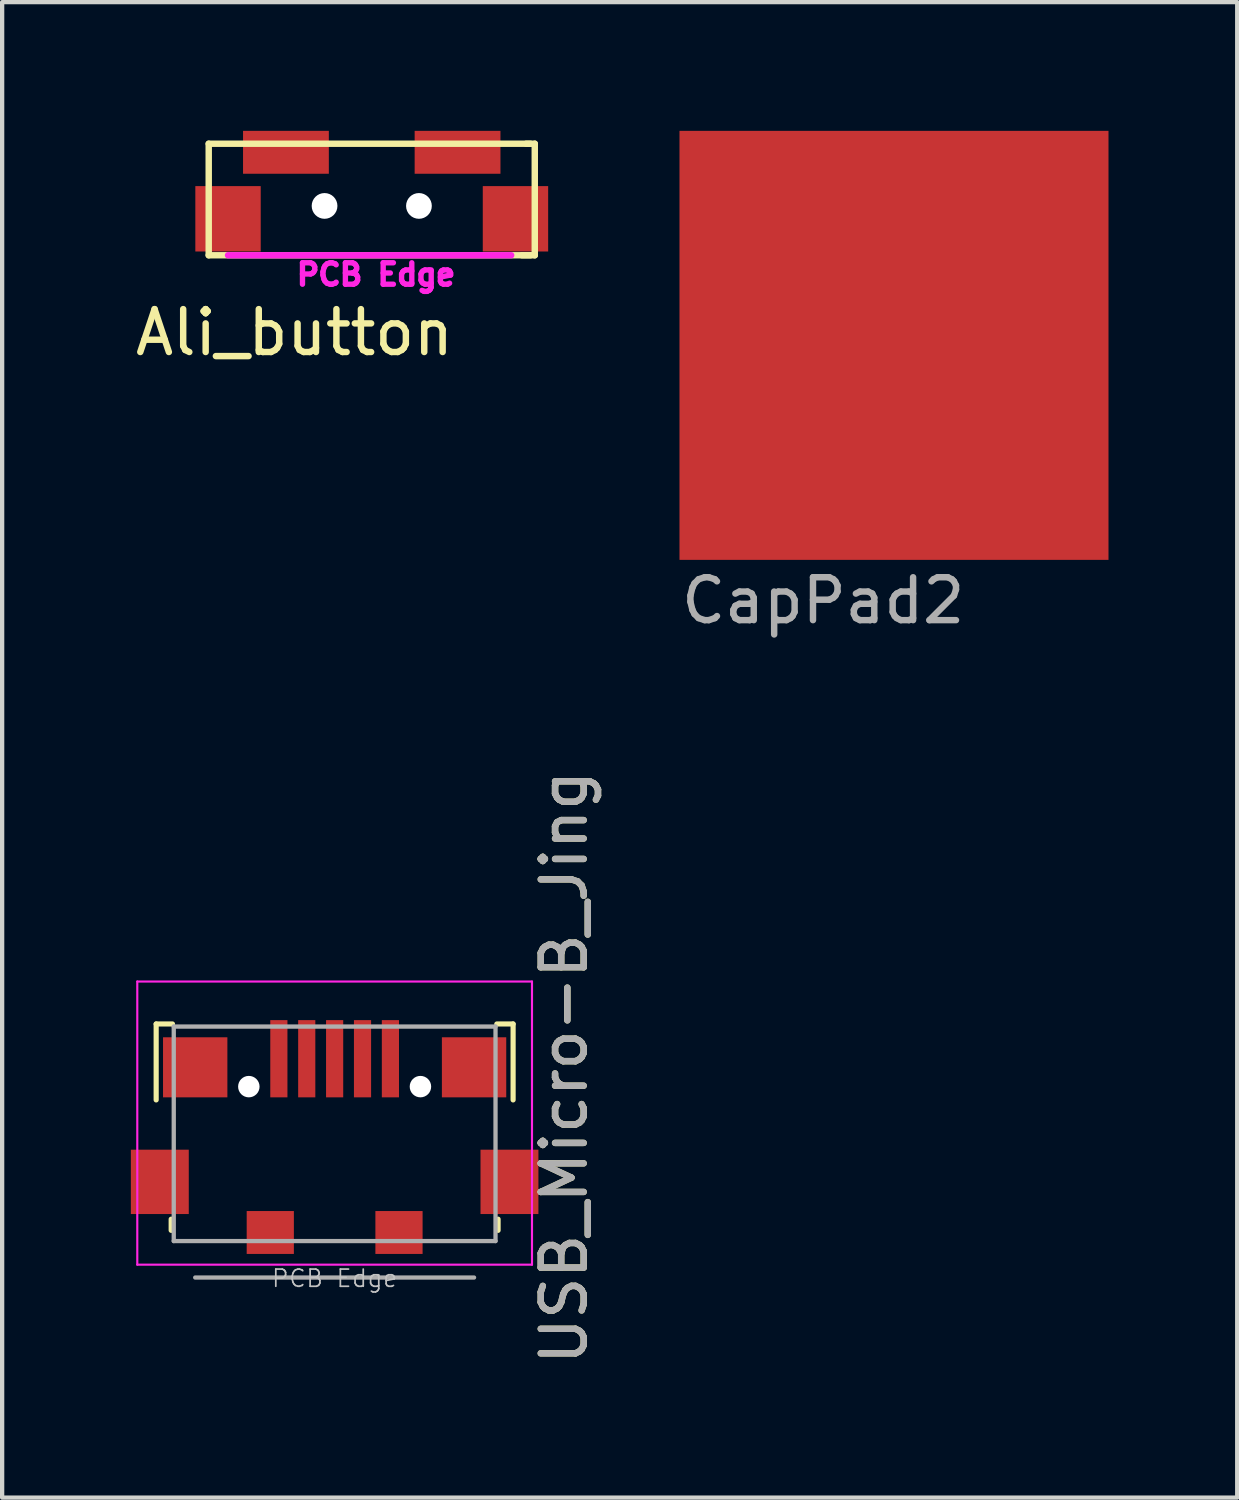
<source format=kicad_pcb>
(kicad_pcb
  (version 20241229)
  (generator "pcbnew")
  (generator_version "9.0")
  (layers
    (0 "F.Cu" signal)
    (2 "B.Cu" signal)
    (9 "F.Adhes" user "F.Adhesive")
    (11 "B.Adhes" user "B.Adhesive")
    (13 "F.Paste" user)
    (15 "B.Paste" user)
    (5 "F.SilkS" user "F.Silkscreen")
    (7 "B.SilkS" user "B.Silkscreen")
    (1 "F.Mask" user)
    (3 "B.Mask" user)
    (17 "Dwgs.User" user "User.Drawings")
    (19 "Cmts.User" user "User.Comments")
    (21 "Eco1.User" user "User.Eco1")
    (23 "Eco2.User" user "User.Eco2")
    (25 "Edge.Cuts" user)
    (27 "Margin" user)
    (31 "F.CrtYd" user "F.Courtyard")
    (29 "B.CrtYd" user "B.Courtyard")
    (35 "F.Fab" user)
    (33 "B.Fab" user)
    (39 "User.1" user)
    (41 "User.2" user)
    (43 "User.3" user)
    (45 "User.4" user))
  (footprint "CapPad2"
    (layer "F.Cu")
    (at 17.788 5)
    (property "Reference" "CapPad2" (at -1.65 5.95 0) (layer "F.Fab") (effects (font (size 1 1) (thickness 0.15))))
    (attr through_hole)
    (pad "1" smd rect (at 0 0) (size 10 10) (layers "F.Cu" "F.Mask" "F.Paste")))
  (footprint "USB_Micro-B_Jing"
    (layer "F.Cu")
    (at 4.75 23.728)
    (property "Reference" "USB_Micro-B_Jing" (at 5.35 -1.9 270) (layer "F.SilkS") (effects (font (size 1 1) (thickness 0.15))))
    (attr smd)
    (fp_line (start -4.16 -2.91) (end -3.78 -2.91) (stroke (width 0.12) (type solid)) (layer "F.SilkS"))
    (fp_line (start -4.16 -1.14) (end -4.16 -2.91) (stroke (width 0.12) (type solid)) (layer "F.SilkS"))
    (fp_line (start -3.81 1.9) (end -3.81 1.64) (stroke (width 0.12) (type solid)) (layer "F.SilkS"))
    (fp_line (start 3.81 1.64) (end 3.81 1.9) (stroke (width 0.12) (type solid)) (layer "F.SilkS"))
    (fp_line (start 4.16 -2.91) (end 3.78 -2.91) (stroke (width 0.12) (type solid)) (layer "F.SilkS"))
    (fp_line (start 4.16 -2.91) (end 4.16 -1.14) (stroke (width 0.12) (type solid)) (layer "F.SilkS"))
    (fp_line (start -4.6 -3.9) (end 4.6 -3.9) (stroke (width 0.05) (type solid)) (layer "F.CrtYd"))
    (fp_line (start -4.6 2.7) (end -4.6 -3.9) (stroke (width 0.05) (type solid)) (layer "F.CrtYd"))
    (fp_line (start 4.6 -3.9) (end 4.6 2.7) (stroke (width 0.05) (type solid)) (layer "F.CrtYd"))
    (fp_line (start 4.6 2.7) (end -4.6 2.7) (stroke (width 0.05) (type solid)) (layer "F.CrtYd"))
    (fp_line (start -3.75 -2.85) (end 3.75 -2.85) (stroke (width 0.1) (type solid)) (layer "F.Fab"))
    (fp_line (start -3.75 2.15) (end -3.75 -2.85) (stroke (width 0.1) (type solid)) (layer "F.Fab"))
    (fp_line (start -3.25 3) (end 3.25 3) (stroke (width 0.1) (type solid)) (layer "F.Fab"))
    (fp_line (start 3.75 -2.85) (end 3.75 2.15) (stroke (width 0.1) (type solid)) (layer "F.Fab"))
    (fp_line (start 3.75 2.15) (end -3.75 2.15) (stroke (width 0.1) (type solid)) (layer "F.Fab"))
    (fp_text user "PCB Edge" (at 0 3.02 180) (layer "Dwgs.User") (effects (font (size 0.4 0.4) (thickness 0.04))))
    (fp_text user "${REFERENCE}" (at 5.35 -1.9 90) (layer "F.Fab") (effects (font (size 1 1) (thickness 0.15))))
    (pad "" np_thru_hole circle (at -2 -1.45) (size 0.5 0.5) (drill 0.5) (layers "*.Cu" "*.Mask"))
    (pad "" np_thru_hole circle (at 2 -1.45) (size 0.5 0.5) (drill 0.5) (layers "*.Cu" "*.Mask"))
    (pad "1" smd rect (at -1.3 -2.1) (size 0.4 1.8) (layers "F.Cu" "F.Mask" "F.Paste"))
    (pad "2" smd rect (at -0.65 -2.1) (size 0.4 1.8) (layers "F.Cu" "F.Mask" "F.Paste"))
    (pad "3" smd rect (at 0 -2.1) (size 0.4 1.8) (layers "F.Cu" "F.Mask" "F.Paste"))
    (pad "4" smd rect (at 0.65 -2.1) (size 0.4 1.8) (layers "F.Cu" "F.Mask" "F.Paste"))
    (pad "5" smd rect (at 1.3 -2.1) (size 0.4 1.8) (layers "F.Cu" "F.Mask" "F.Paste"))
    (pad "6" smd rect (at -4.075 0.77) (size 1.35 1.5) (layers "F.Cu" "F.Mask" "F.Paste"))
    (pad "6" smd rect (at -3.25 -1.9) (size 1.5 1.4) (layers "F.Cu" "F.Mask" "F.Paste"))
    (pad "6" smd rect (at -1.5 1.95) (size 1.1 1) (layers "F.Cu" "F.Mask" "F.Paste"))
    (pad "6" smd rect (at 1.5 1.95) (size 1.1 1) (layers "F.Cu" "F.Mask" "F.Paste"))
    (pad "6" smd rect (at 3.25 -1.9) (size 1.5 1.4) (layers "F.Cu" "F.Mask" "F.Paste"))
    (pad "6" smd rect (at 4.075 0.77) (size 1.35 1.5) (layers "F.Cu" "F.Mask" "F.Paste")))
  (footprint "Ali_button"
    (layer "F.Cu")
    (at 5.765 1.9)
    (property "Reference" "Ali_button" (at -1.95 2.8 0) (layer "F.SilkS") (effects (font (size 1 1) (thickness 0.15))))
    (attr through_hole)
    (fp_line (start -3.95 -1.6) (end -3.95 1) (stroke (width 0.15) (type solid)) (layer "F.SilkS"))
    (fp_line (start -3.95 -1.6) (end 3.55 -1.6) (stroke (width 0.15) (type solid)) (layer "F.SilkS"))
    (fp_line (start -3.95 1) (end 3.55 1) (stroke (width 0.15) (type solid)) (layer "F.SilkS"))
    (fp_line (start 3.65 -1.6) (end 3.45 -1.6) (stroke (width 0.15) (type solid)) (layer "F.SilkS"))
    (fp_line (start 3.65 -1.6) (end 3.65 1) (stroke (width 0.15) (type solid)) (layer "F.SilkS"))
    (fp_line (start 3.65 1) (end 3.35 1) (stroke (width 0.15) (type solid)) (layer "F.SilkS"))
    (fp_line (start -3.5 1) (end 3.1 1) (stroke (width 0.15) (type solid)) (layer "F.CrtYd"))
    (fp_text user "PCB Edge" (at -0.05 1.45 0) (layer "F.CrtYd") (effects (font (size 0.5 0.5) (thickness 0.125))))
    (pad "" np_thru_hole circle (at -1.25 -0.15) (size 0.6 0.6) (drill 0.6) (layers "*.Cu" "*.Mask"))
    (pad "" np_thru_hole circle (at 0.95 -0.15) (size 0.6 0.6) (drill 0.6) (layers "*.Cu" "*.Mask"))
    (pad "1" smd rect (at -2.15 -1.4) (size 2 1) (layers "F.Cu" "F.Mask" "F.Paste"))
    (pad "2" smd rect (at 1.85 -1.4) (size 2 1) (layers "F.Cu" "F.Mask" "F.Paste"))
    (pad "3" smd rect (at -3.5 0.15) (size 1.524 1.524) (layers "F.Cu" "F.Mask" "F.Paste"))
    (pad "3" smd rect (at 3.2 0.15) (size 1.524 1.524) (layers "F.Cu" "F.Mask" "F.Paste")))
  (gr_rect
    (start -3 -3)
    (end 25.788 31.858)
    (stroke (width 0.1) (type default))
    (fill no)
    (layer "Edge.Cuts")))
</source>
